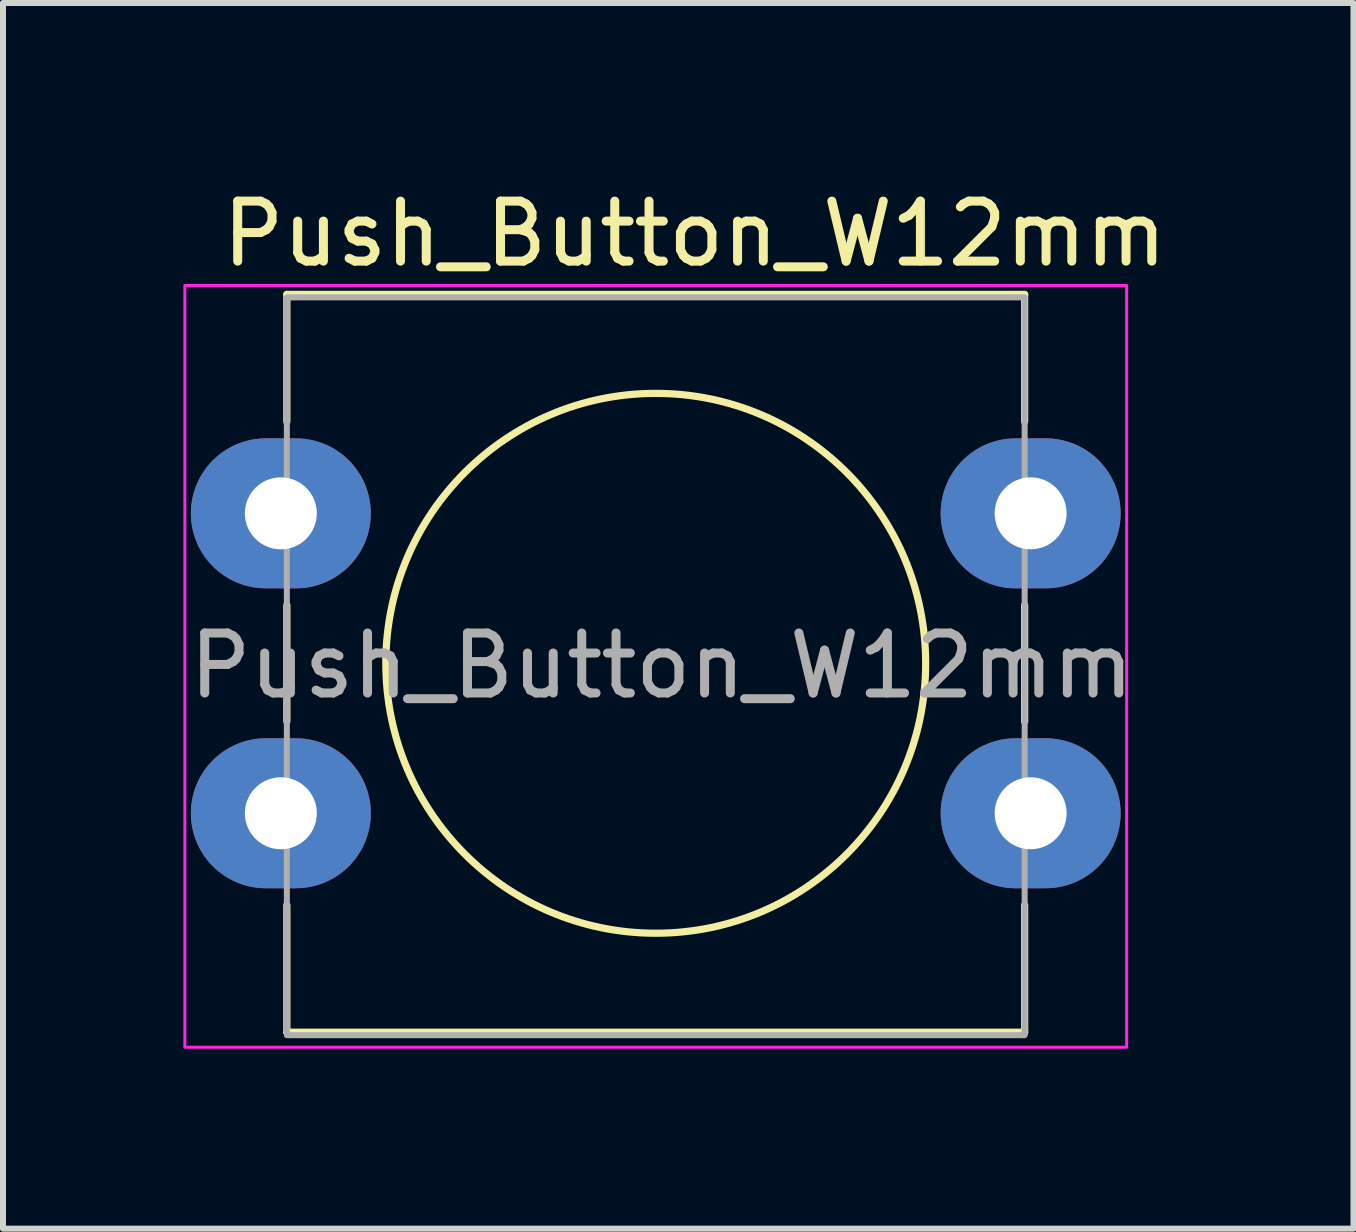
<source format=kicad_pcb>
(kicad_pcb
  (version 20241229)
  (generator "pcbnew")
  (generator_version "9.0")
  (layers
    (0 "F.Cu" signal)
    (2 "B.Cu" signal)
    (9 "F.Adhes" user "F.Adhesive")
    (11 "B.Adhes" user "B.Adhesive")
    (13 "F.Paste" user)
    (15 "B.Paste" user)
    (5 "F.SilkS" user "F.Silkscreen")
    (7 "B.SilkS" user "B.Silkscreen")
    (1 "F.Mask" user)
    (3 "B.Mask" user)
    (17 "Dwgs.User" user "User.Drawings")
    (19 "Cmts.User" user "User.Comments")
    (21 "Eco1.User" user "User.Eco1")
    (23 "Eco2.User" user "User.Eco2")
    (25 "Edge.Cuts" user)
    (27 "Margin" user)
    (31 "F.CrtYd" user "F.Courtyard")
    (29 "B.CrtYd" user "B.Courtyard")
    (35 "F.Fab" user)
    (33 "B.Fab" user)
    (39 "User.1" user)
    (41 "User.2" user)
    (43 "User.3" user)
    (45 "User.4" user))
  (footprint "Push_Button_W12mm"
    (layer "F.Cu")
    (at 7.882 8.008)
    (property "Reference" "Push_Button_W12mm" (at 0.65 -7.16 0) (layer "F.SilkS") (effects (font (size 1 1) (thickness 0.15))))
    (attr through_hole)
    (fp_line (start -6.15 -6.15) (end 6.15 -6.15) (stroke (width 0.12) (type solid)) (layer "F.SilkS"))
    (fp_line (start -6.15 -4.03) (end -6.15 -6.15) (stroke (width 0.12) (type solid)) (layer "F.SilkS"))
    (fp_line (start -6.15 0.97) (end -6.15 -0.97) (stroke (width 0.12) (type solid)) (layer "F.SilkS"))
    (fp_line (start -6.15 6.15) (end -6.15 4.03) (stroke (width 0.12) (type solid)) (layer "F.SilkS"))
    (fp_line (start 6.15 -6.15) (end 6.15 -4.03) (stroke (width 0.12) (type solid)) (layer "F.SilkS"))
    (fp_line (start 6.15 -0.97) (end 6.15 0.97) (stroke (width 0.12) (type solid)) (layer "F.SilkS"))
    (fp_line (start 6.15 4.03) (end 6.15 6.15) (stroke (width 0.12) (type solid)) (layer "F.SilkS"))
    (fp_line (start 6.15 6.15) (end -6.15 6.15) (stroke (width 0.12) (type solid)) (layer "F.SilkS"))
    (fp_circle (center 0 0) (end 4.5 0) (stroke (width 0.12) (type solid)) (fill no) (layer "F.SilkS"))
    (fp_rect (start -7.85 -6.3) (end 7.85 6.4) (stroke (width 0.05) (type solid)) (fill no) (layer "F.CrtYd"))
    (fp_rect (start -6.15 -6.1) (end 6.15 6.2) (stroke (width 0.1) (type solid)) (fill no) (layer "F.Fab"))
    (fp_text user "${REFERENCE}" (at 0.1 0.04 0) (layer "F.Fab") (effects (font (size 1 1) (thickness 0.15))))
    (pad "1" thru_hole oval (at -6.25 -2.5) (size 3 2.5) (drill 1.2) (layers "*.Cu" "*.Mask"))
    (pad "1" thru_hole oval (at 6.25 -2.5) (size 3 2.5) (drill 1.2) (layers "*.Cu" "*.Mask"))
    (pad "2" thru_hole oval (at -6.25 2.5) (size 3 2.5) (drill 1.2) (layers "*.Cu" "*.Mask"))
    (pad "2" thru_hole oval (at 6.25 2.5) (size 3 2.5) (drill 1.2) (layers "*.Cu" "*.Mask")))
  (gr_rect
    (start -3 -3)
    (end 19.514 17.433)
    (stroke (width 0.1) (type default))
    (fill no)
    (layer "Edge.Cuts")))
</source>
